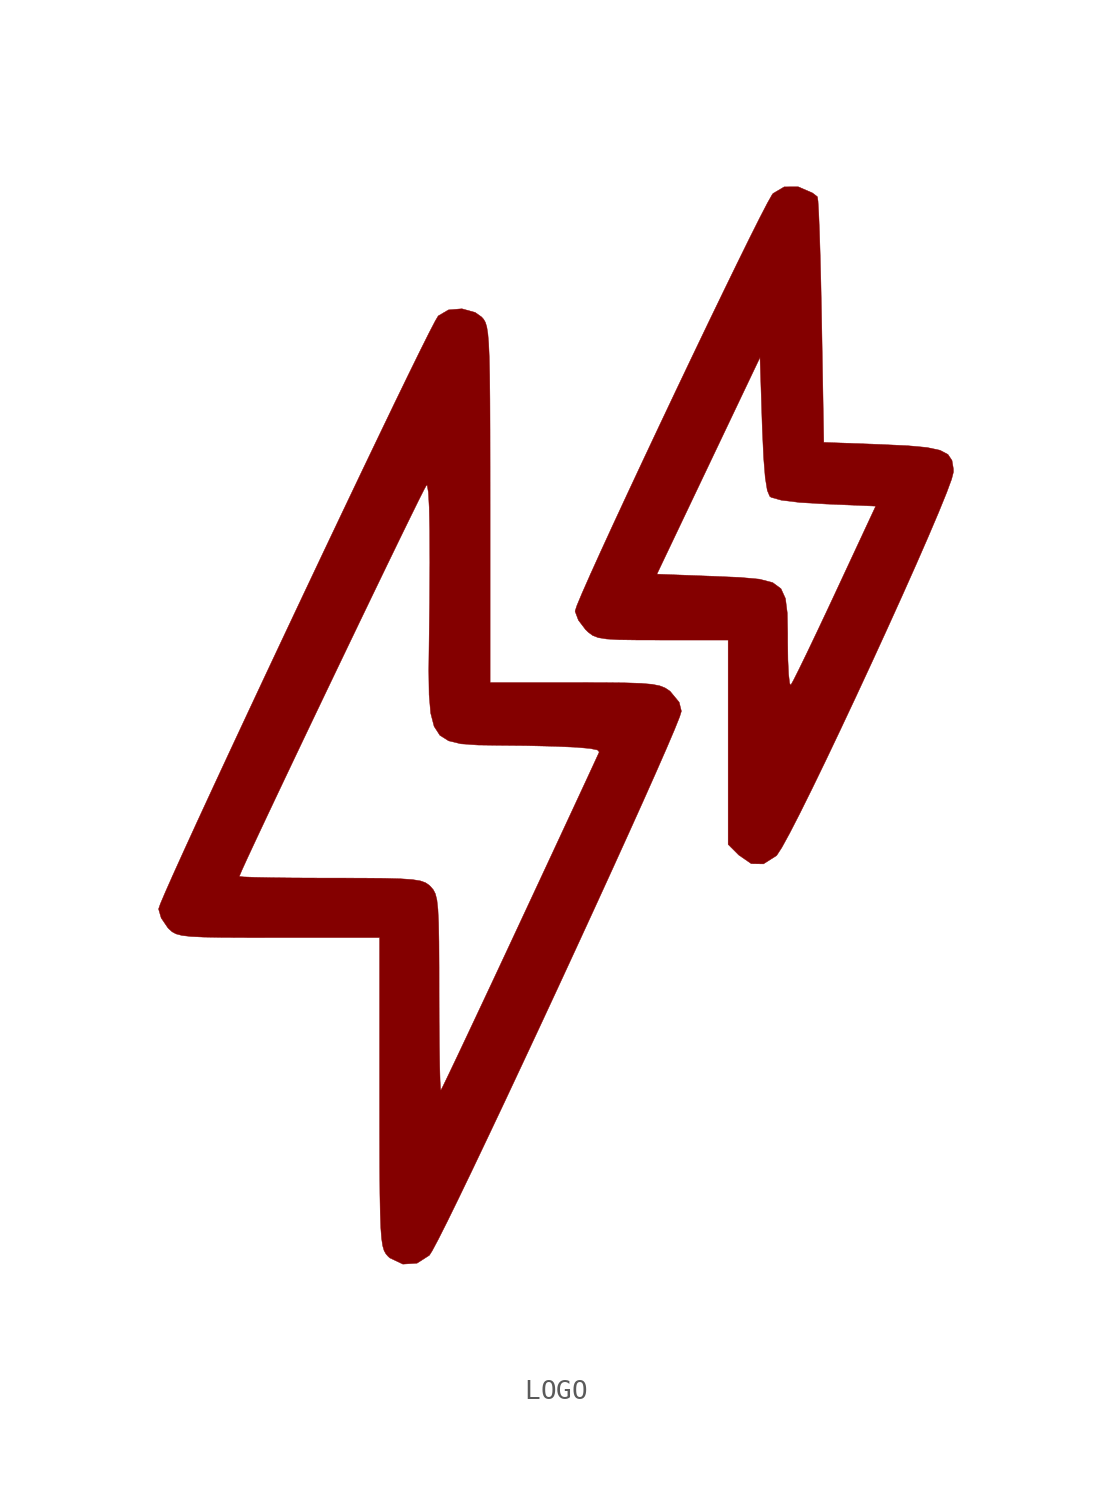
<source format=kicad_sym>
(kicad_symbol_lib
  (version 20210619)
  (generator bitmap2component)
  (symbol "LOGO"
    (pin_names
      (offset 1.016))
    (property "Reference" "#G"
      (at 0 34.797 0)
      (effects (font (size 1.27 1.27)) hide))
    (symbol "LOGO_0_0"
      (polyline (pts (xy -5.804 -28.304) (xy -5.185 -27.908) (xy -5.045 -27.686) (xy -4.733 -27.101) (xy -4.281 -26.203) (xy -3.707 -25.029) (xy -3.028 -23.62) (xy -2.263 -22.013) (xy -1.428 -20.249) (xy -0.544 -18.364) (xy 0.374 -16.4) (xy 1.306 -14.394) (xy 2.234 -12.385) (xy 3.141 -10.412) (xy 4.009 -8.513) (xy 4.819 -6.729) (xy 5.555 -5.096) (xy 6.196 -3.656) (xy 6.727 -2.445) (xy 7.128 -1.504) (xy 7.382 -0.87) (xy 7.471 -0.583) (xy 7.36 -0.136) (xy 6.908 0.411) (xy 6.871 0.44) (xy 6.651 0.585) (xy 6.383 0.691) (xy 6.003 0.765) (xy 5.448 0.813) (xy 4.656 0.839) (xy 3.563 0.851) (xy 2.106 0.854) (xy -2.134 0.854) (xy -2.134 9.819) (xy -2.135 11.716) (xy -2.138 13.575) (xy -2.144 15.082) (xy -2.157 16.275) (xy -2.177 17.195) (xy -2.207 17.882) (xy -2.248 18.375) (xy -2.302 18.714) (xy -2.371 18.94) (xy -2.457 19.092) (xy -2.561 19.21) (xy -2.884 19.439) (xy -3.549 19.622) (xy -4.228 19.566) (xy -4.74 19.264) (xy -4.891 19.008) (xy -5.206 18.402) (xy -5.664 17.484) (xy -6.249 16.291) (xy -6.943 14.861) (xy -7.728 13.228) (xy -8.589 11.431) (xy -9.506 9.506) (xy -10.464 7.489) (xy -11.444 5.417) (xy -12.43 3.326) (xy -13.404 1.255) (xy -14.348 -0.762) (xy -15.247 -2.688) (xy -16.081 -4.484) (xy -16.835 -6.116) (xy -17.49 -7.547) (xy -18.03 -8.739) (xy -18.093 -8.881) (xy -14.728 -8.881) (xy -14.722 -8.861) (xy -14.591 -8.553) (xy -14.3 -7.917) (xy -13.871 -6.997) (xy -13.326 -5.837) (xy -12.685 -4.481) (xy -11.971 -2.976) (xy -11.204 -1.364) (xy -10.405 0.309) (xy -9.596 1.999) (xy -8.799 3.66) (xy -8.034 5.25) (xy -7.324 6.722) (xy -6.689 8.032) (xy -6.15 9.136) (xy -5.73 9.99) (xy -5.449 10.547) (xy -5.329 10.765) (xy -5.293 10.752) (xy -5.234 10.411) (xy -5.192 9.648) (xy -5.168 8.466) (xy -5.162 6.867) (xy -5.173 4.856) (xy -5.196 3.036) (xy -5.215 1.468) (xy -5.198 0.242) (xy -5.119 -0.682) (xy -4.947 -1.347) (xy -4.656 -1.798) (xy -4.216 -2.075) (xy -3.6 -2.223) (xy -2.778 -2.283) (xy -1.723 -2.299) (xy -0.405 -2.312) (xy -0.276 -2.314) (xy 1.157 -2.35) (xy 2.2 -2.397) (xy 2.889 -2.458) (xy 3.26 -2.535) (xy 3.346 -2.632) (xy 3.301 -2.732) (xy 3.093 -3.184) (xy 2.736 -3.957) (xy 2.247 -5.011) (xy 1.646 -6.304) (xy 0.953 -7.794) (xy 0.185 -9.442) (xy -0.637 -11.206) (xy -1.143 -12.291) (xy -1.932 -13.979) (xy -2.655 -15.519) (xy -3.292 -16.873) (xy -3.824 -18) (xy -4.234 -18.86) (xy -4.501 -19.413) (xy -4.607 -19.619) (xy -4.622 -19.559) (xy -4.646 -19.152) (xy -4.666 -18.411) (xy -4.682 -17.394) (xy -4.692 -16.159) (xy -4.696 -14.763) (xy -4.697 -13.435) (xy -4.704 -12.16) (xy -4.722 -11.211) (xy -4.755 -10.53) (xy -4.806 -10.064) (xy -4.882 -9.756) (xy -4.986 -9.551) (xy -5.123 -9.392) (xy -5.202 -9.317) (xy -5.383 -9.194) (xy -5.643 -9.103) (xy -6.038 -9.04) (xy -6.627 -9) (xy -7.467 -8.977) (xy -8.619 -8.967) (xy -10.139 -8.965) (xy -10.675 -8.964) (xy -11.97 -8.958) (xy -13.084 -8.945) (xy -13.956 -8.927) (xy -14.524 -8.905) (xy -14.728 -8.881) (xy -18.093 -8.881) (xy -18.437 -9.656) (xy -18.694 -10.261) (xy -18.783 -10.518) (xy -18.651 -10.969) (xy -18.319 -11.459) (xy -18.259 -11.522) (xy -18.102 -11.663) (xy -17.904 -11.769) (xy -17.61 -11.846) (xy -17.164 -11.898) (xy -16.513 -11.929) (xy -15.6 -11.946) (xy -14.371 -11.952) (xy -12.77 -11.953) (xy -7.684 -11.953) (xy -7.684 -19.886) (xy -7.683 -21.891) (xy -7.679 -23.516) (xy -7.669 -24.802) (xy -7.651 -25.794) (xy -7.624 -26.533) (xy -7.584 -27.064) (xy -7.529 -27.429) (xy -7.458 -27.672) (xy -7.368 -27.835) (xy -7.257 -27.961) (xy -7.171 -28.04) (xy -6.516 -28.35) (xy -5.804 -28.304)) (stroke (width 0.01)) (fill (type outline)))
      (polyline (pts (xy 12.238 -7.844) (xy 12.268 -7.812) (xy 12.515 -7.431) (xy 12.905 -6.718) (xy 13.418 -5.72) (xy 14.03 -4.485) (xy 14.72 -3.062) (xy 15.465 -1.496) (xy 16.244 0.162) (xy 17.035 1.867) (xy 17.815 3.569) (xy 18.563 5.222) (xy 19.256 6.777) (xy 19.872 8.188) (xy 20.39 9.405) (xy 20.787 10.382) (xy 21.041 11.07) (xy 21.131 11.423) (xy 21.128 11.588) (xy 21.058 12.007) (xy 20.855 12.309) (xy 20.458 12.518) (xy 19.809 12.656) (xy 18.851 12.745) (xy 17.524 12.807) (xy 14.621 12.914) (xy 14.514 19.033) (xy 14.508 19.373) (xy 14.476 20.92) (xy 14.441 22.312) (xy 14.404 23.495) (xy 14.367 24.415) (xy 14.332 25.017) (xy 14.301 25.247) (xy 14.061 25.434) (xy 13.337 25.748) (xy 12.633 25.744) (xy 12.072 25.413) (xy 12.022 25.344) (xy 11.784 24.921) (xy 11.399 24.178) (xy 10.887 23.157) (xy 10.27 21.903) (xy 9.568 20.46) (xy 8.801 18.873) (xy 7.992 17.184) (xy 7.161 15.439) (xy 6.329 13.681) (xy 5.517 11.955) (xy 4.745 10.304) (xy 4.034 8.772) (xy 3.406 7.404) (xy 2.905 6.297) (xy 6.241 6.297) (xy 8.83 11.739) (xy 11.419 17.182) (xy 11.526 13.831) (xy 11.536 13.546) (xy 11.6 12.146) (xy 11.681 11.14) (xy 11.784 10.501) (xy 11.909 10.202) (xy 11.983 10.151) (xy 12.489 10.01) (xy 13.402 9.898) (xy 14.707 9.819) (xy 17.228 9.712) (xy 15.17 5.293) (xy 14.851 4.61) (xy 14.28 3.399) (xy 13.778 2.347) (xy 13.372 1.513) (xy 13.09 0.952) (xy 12.96 0.722) (xy 12.905 0.822) (xy 12.854 1.269) (xy 12.819 1.994) (xy 12.807 2.92) (xy 12.807 3.321) (xy 12.788 4.342) (xy 12.696 5.073) (xy 12.472 5.566) (xy 12.056 5.873) (xy 11.391 6.045) (xy 10.417 6.133) (xy 9.076 6.19) (xy 6.241 6.297) (xy 2.905 6.297) (xy 2.881 6.243) (xy 2.48 5.334) (xy 2.224 4.721) (xy 2.135 4.448) (xy 2.135 4.423) (xy 2.299 3.985) (xy 2.658 3.512) (xy 2.8 3.376) (xy 3.016 3.216) (xy 3.296 3.108) (xy 3.711 3.041) (xy 4.335 3.005) (xy 5.241 2.991) (xy 6.5 2.988) (xy 9.819 2.988) (xy 9.819 -7.277) (xy 10.348 -7.806) (xy 10.977 -8.241) (xy 11.593 -8.253) (xy 12.238 -7.844)) (stroke (width 0.01)) (fill (type outline))))))
</source>
